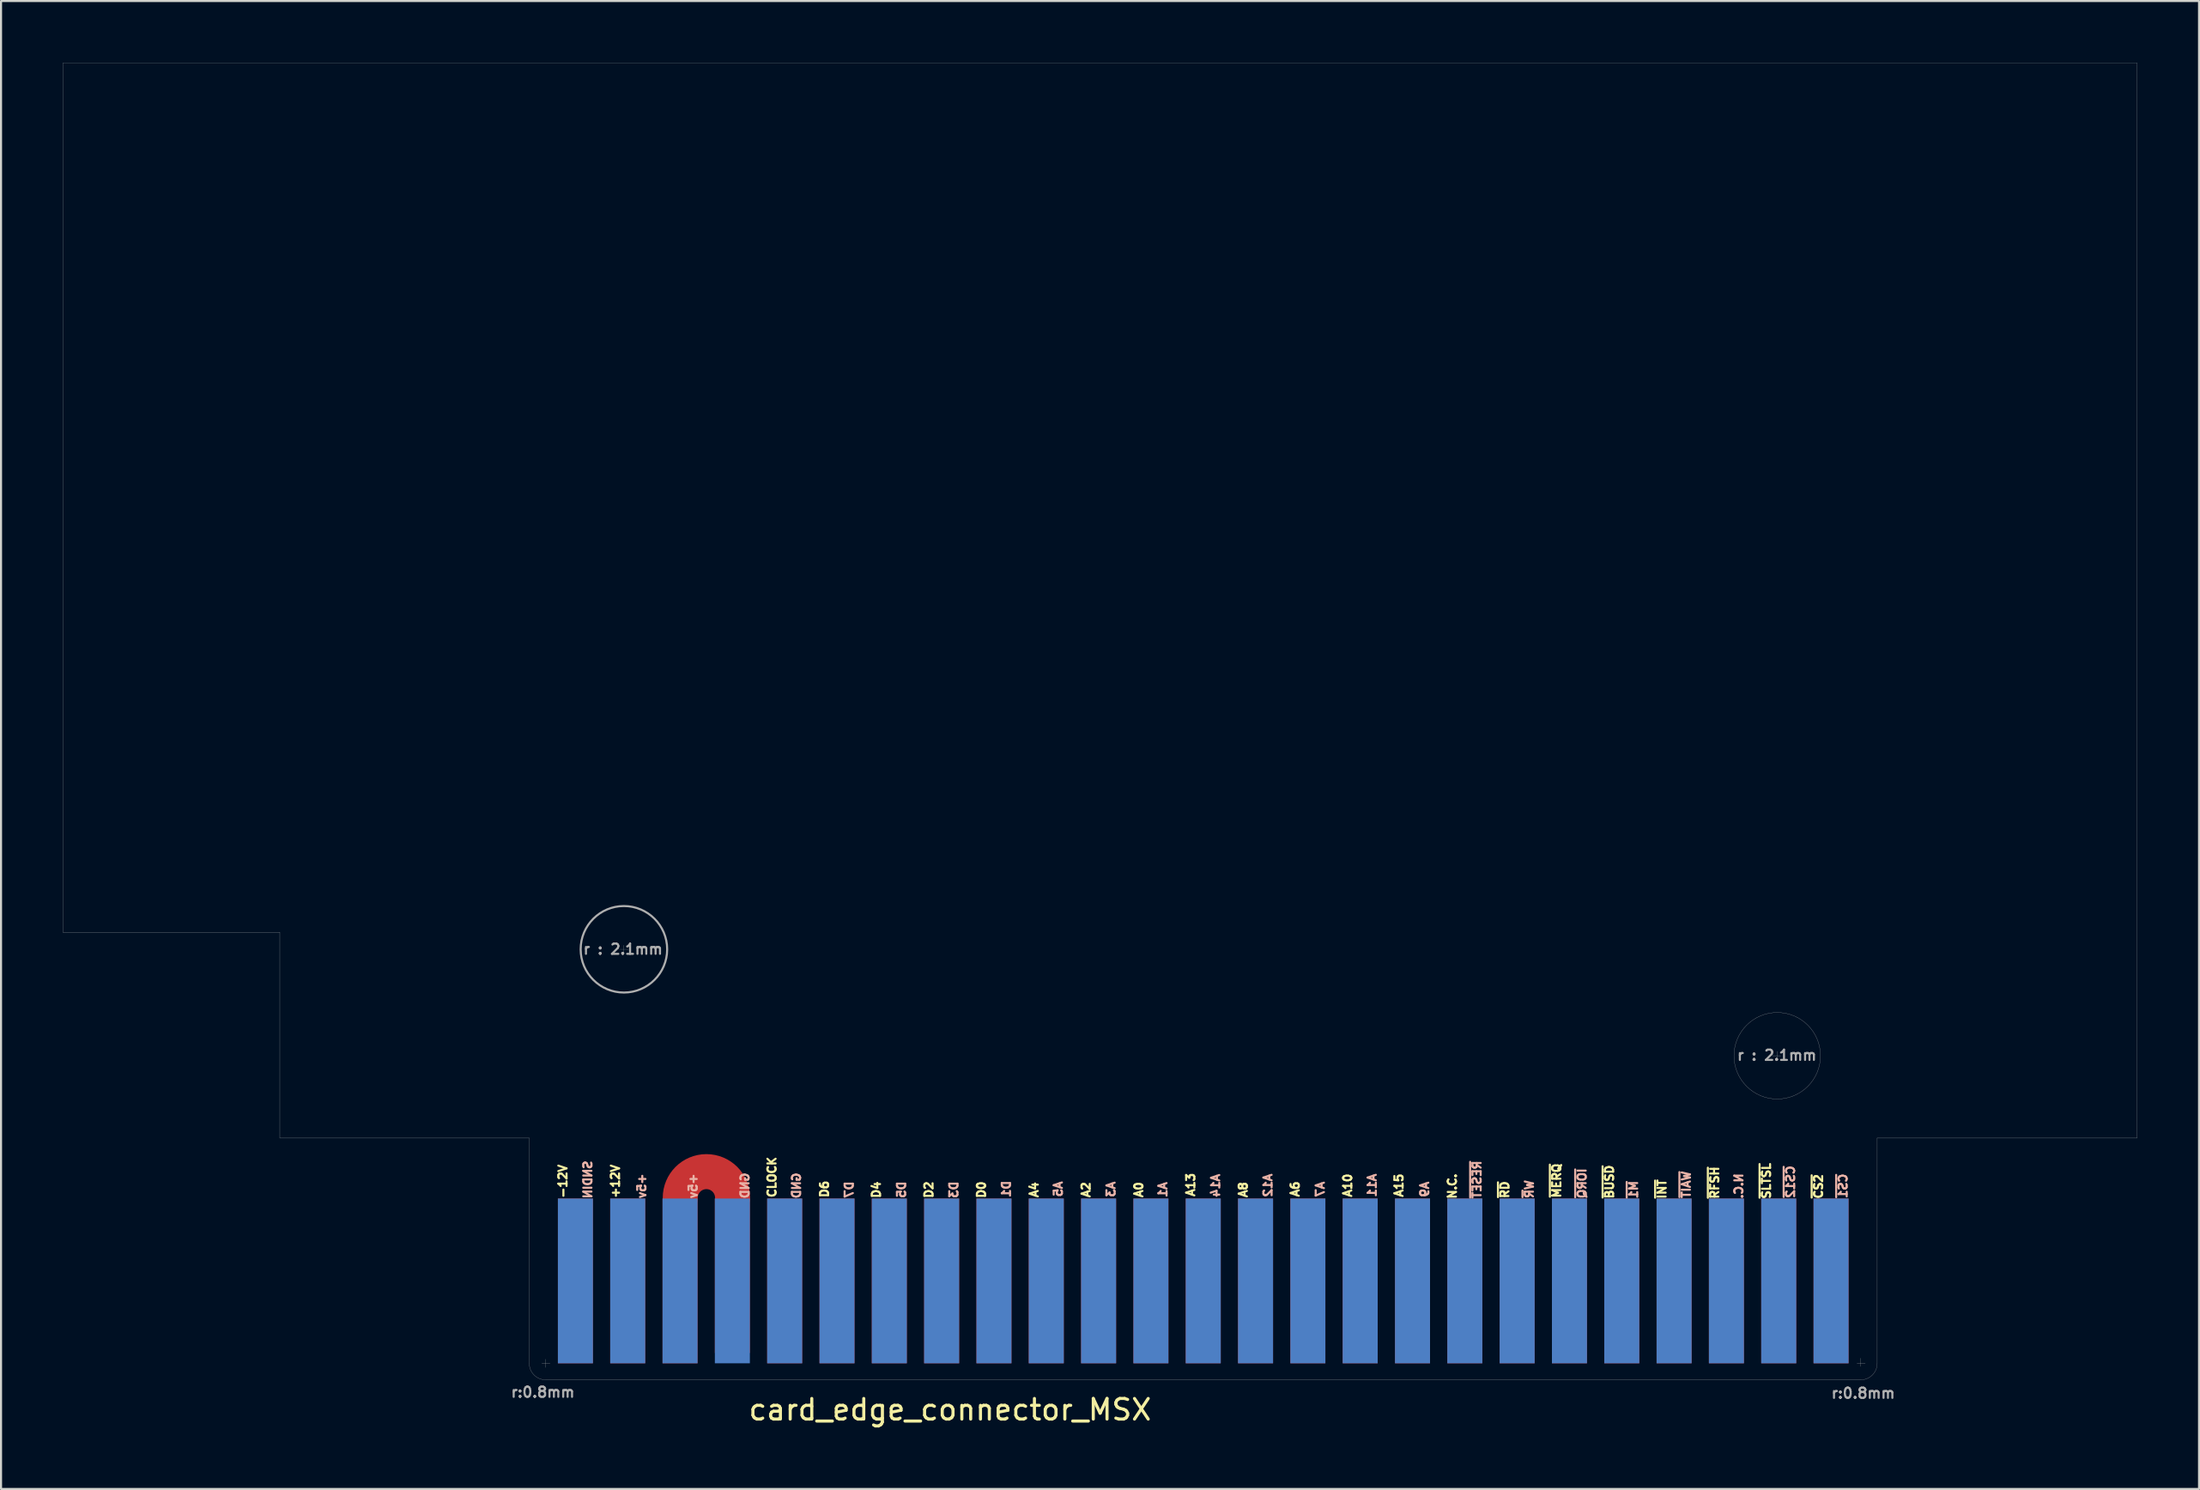
<source format=kicad_pcb>
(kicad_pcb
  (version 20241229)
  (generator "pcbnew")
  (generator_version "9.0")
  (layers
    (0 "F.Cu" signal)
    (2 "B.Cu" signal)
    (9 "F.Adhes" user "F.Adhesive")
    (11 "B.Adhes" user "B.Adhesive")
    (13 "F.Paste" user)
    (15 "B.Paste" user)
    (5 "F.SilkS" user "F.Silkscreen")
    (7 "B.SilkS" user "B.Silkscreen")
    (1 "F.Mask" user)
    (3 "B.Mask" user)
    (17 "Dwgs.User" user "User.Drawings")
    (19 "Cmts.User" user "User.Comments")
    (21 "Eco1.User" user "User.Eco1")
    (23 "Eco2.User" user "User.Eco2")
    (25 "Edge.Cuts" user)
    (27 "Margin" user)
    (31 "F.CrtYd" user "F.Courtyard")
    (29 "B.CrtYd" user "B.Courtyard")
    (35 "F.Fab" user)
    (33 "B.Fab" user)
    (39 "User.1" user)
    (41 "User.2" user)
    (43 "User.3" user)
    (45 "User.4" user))
  (footprint "card_edge_connector_MSX"
    (layer "F.Cu")
    (at 54.105 55.995)
    (property "Reference" "card_edge_connector_MSX" (at -11.03 9.4 0) (layer "F.SilkS") (effects (font (size 1 1) (thickness 0.15))))
    (attr through_hole)
    (fp_arc (start -24.13 -0.889) (mid -22.86 -2.159) (end -21.59 -0.889) (stroke (width 1.7) (type solid)) (layer "F.Cu"))
    (fp_line (start -54.1 -55.99) (end -54.1 -13.78) (stroke (width 0.01) (type solid)) (layer "F.Fab"))
    (fp_line (start -54.1 -13.78) (end -43.57 -13.78) (stroke (width 0.01) (type solid)) (layer "F.Fab"))
    (fp_line (start -43.57 -13.78) (end -43.57 -3.79) (stroke (width 0.01) (type solid)) (layer "F.Fab"))
    (fp_line (start -43.57 -3.79) (end -31.46 -3.79) (stroke (width 0.01) (type solid)) (layer "F.Fab"))
    (fp_line (start -31.46 -3.79) (end -31.46 7.15) (stroke (width 0.01) (type solid)) (layer "F.Fab"))
    (fp_line (start -30.66 6.95) (end -30.66 7.35) (stroke (width 0.01) (type solid)) (layer "F.Fab"))
    (fp_line (start -30.66 7.95) (end 33.18 7.95) (stroke (width 0.01) (type solid)) (layer "F.Fab"))
    (fp_line (start -30.45 7.15) (end -30.85 7.15) (stroke (width 0.01) (type solid)) (layer "F.Fab"))
    (fp_line (start -27.05 -12.954) (end -26.65 -12.954) (stroke (width 0.01) (type solid)) (layer "F.Fab"))
    (fp_line (start -26.865 -12.75) (end -26.865 -13.15) (stroke (width 0.01) (type solid)) (layer "F.Fab"))
    (fp_line (start 29.127 -7.6) (end 29.127 -8) (stroke (width 0.01) (type solid)) (layer "F.Fab"))
    (fp_line (start 29.3 -7.785) (end 28.9 -7.785) (stroke (width 0.01) (type solid)) (layer "F.Fab"))
    (fp_line (start 33.18 6.9) (end 33.18 7.3) (stroke (width 0.01) (type solid)) (layer "F.Fab"))
    (fp_line (start 33.4 7.15) (end 33 7.15) (stroke (width 0.01) (type solid)) (layer "F.Fab"))
    (fp_line (start 33.98 -3.79) (end 46.6 -3.79) (stroke (width 0.01) (type solid)) (layer "F.Fab"))
    (fp_line (start 33.98 7.15) (end 33.98 -3.79) (stroke (width 0.01) (type solid)) (layer "F.Fab"))
    (fp_line (start 46.6 -55.99) (end -54.1 -55.99) (stroke (width 0.01) (type solid)) (layer "F.Fab"))
    (fp_line (start 46.6 -3.79) (end 46.6 -55.99) (stroke (width 0.01) (type solid)) (layer "F.Fab"))
    (fp_arc (start -30.66 7.95) (mid -31.225685 7.715685) (end -31.46 7.15) (stroke (width 0.01) (type solid)) (layer "F.Fab"))
    (fp_arc (start 33.98 7.15) (mid 33.745685 7.715685) (end 33.18 7.95) (stroke (width 0.01) (type solid)) (layer "F.Fab"))
    (fp_circle (center -26.865 -12.954) (end -24.765 -12.954) (stroke (width 0.1) (type solid)) (fill no) (layer "F.Fab"))
    (fp_circle (center 29.127 -7.785) (end 31.227 -7.785) (stroke (width 0.01) (type solid)) (fill no) (layer "F.Fab"))
    (fp_text user "A10" (at 8.27 -1.49 90) (layer "F.SilkS") (effects (font (size 0.4 0.4) (thickness 0.1))))
    (fp_text user "A15" (at 10.76 -1.49 90) (layer "F.SilkS") (effects (font (size 0.4 0.4) (thickness 0.1))))
    (fp_text user "-12V" (at -29.83 -1.69 90) (layer "F.SilkS") (effects (font (size 0.4 0.4) (thickness 0.1))))
    (fp_text user "~{RFSH}" (at 26.09 -1.62 90) (layer "F.SilkS") (effects (font (size 0.4 0.4) (thickness 0.1))))
    (fp_text user "~{BUSD}" (at 20.98 -1.66 90) (layer "F.SilkS") (effects (font (size 0.4 0.4) (thickness 0.1))))
    (fp_text user "A2" (at -4.43 -1.28 90) (layer "F.SilkS") (effects (font (size 0.4 0.4) (thickness 0.1))))
    (fp_text user "~{MERQ}" (at 18.42 -1.72 90) (layer "F.SilkS") (effects (font (size 0.4 0.4) (thickness 0.1))))
    (fp_text user "~{INT}" (at 23.53 -1.31 90) (layer "F.SilkS") (effects (font (size 0.4 0.4) (thickness 0.1))))
    (fp_text user "A0" (at -1.87 -1.28 90) (layer "F.SilkS") (effects (font (size 0.4 0.4) (thickness 0.1))))
    (fp_text user "~{RD}" (at 15.9 -1.28 90) (layer "F.SilkS") (effects (font (size 0.4 0.4) (thickness 0.1))))
    (fp_text user "A13" (at 0.65 -1.52 90) (layer "F.SilkS") (effects (font (size 0.4 0.4) (thickness 0.1))))
    (fp_text user "N.C." (at 13.35 -1.45 90) (layer "F.SilkS") (effects (font (size 0.4 0.4) (thickness 0.1))))
    (fp_text user "A8" (at 3.2 -1.28 90) (layer "F.SilkS") (effects (font (size 0.4 0.4) (thickness 0.1))))
    (fp_text user "+12V" (at -27.28 -1.69 90) (layer "F.SilkS") (effects (font (size 0.4 0.4) (thickness 0.1))))
    (fp_text user "A4" (at -6.95 -1.28 90) (layer "F.SilkS") (effects (font (size 0.4 0.4) (thickness 0.1))))
    (fp_text user "CLOCK" (at -19.68 -1.89 90) (layer "F.SilkS") (effects (font (size 0.4 0.4) (thickness 0.1))))
    (fp_text user "D6" (at -17.13 -1.31 90) (layer "F.SilkS") (effects (font (size 0.4 0.4) (thickness 0.1))))
    (fp_text user "~{CS2}" (at 31.13 -1.44 90) (layer "F.SilkS") (effects (font (size 0.4 0.4) (thickness 0.1))))
    (fp_text user "D2" (at -12.06 -1.28 90) (layer "F.SilkS") (effects (font (size 0.4 0.4) (thickness 0.1))))
    (fp_text user "D4" (at -14.61 -1.28 90) (layer "F.SilkS") (effects (font (size 0.4 0.4) (thickness 0.1))))
    (fp_text user "~{SLTSL}" (at 28.6 -1.71 90) (layer "F.SilkS") (effects (font (size 0.4 0.4) (thickness 0.1))))
    (fp_text user "D0" (at -9.51 -1.28 90) (layer "F.SilkS") (effects (font (size 0.4 0.4) (thickness 0.1))))
    (fp_text user "A6" (at 5.72 -1.31 90) (layer "F.SilkS") (effects (font (size 0.4 0.4) (thickness 0.1))))
    (fp_text user "+5v" (at -23.51 -1.46 270) (layer "B.SilkS") (effects (font (size 0.4 0.4) (thickness 0.1)) (justify mirror)))
    (fp_text user "N.C." (at 27.26 -1.46 270) (layer "B.SilkS") (effects (font (size 0.4 0.4) (thickness 0.1)) (justify mirror)))
    (fp_text user "~{WAIT}" (at 24.71 -1.53 270) (layer "B.SilkS") (effects (font (size 0.4 0.4) (thickness 0.1)) (justify mirror)))
    (fp_text user "A3" (at -3.22 -1.3 270) (layer "B.SilkS") (effects (font (size 0.4 0.4) (thickness 0.1)) (justify mirror)))
    (fp_text user "A7" (at 6.94 -1.3 270) (layer "B.SilkS") (effects (font (size 0.4 0.4) (thickness 0.1)) (justify mirror)))
    (fp_text user "W~{R}" (at 17.09 -1.31 270) (layer "B.SilkS") (effects (font (size 0.4 0.4) (thickness 0.1)) (justify mirror)))
    (fp_text user "~{RESET}" (at 14.55 -1.77 270) (layer "B.SilkS") (effects (font (size 0.4 0.4) (thickness 0.1)) (justify mirror)))
    (fp_text user "A5" (at -5.78 -1.31 270) (layer "B.SilkS") (effects (font (size 0.4 0.4) (thickness 0.1)) (justify mirror)))
    (fp_text user "GND" (at -20.99 -1.48 270) (layer "B.SilkS") (effects (font (size 0.4 0.4) (thickness 0.1)) (justify mirror)))
    (fp_text user "+5v" (at -26 -1.46 270) (layer "B.SilkS") (effects (font (size 0.4 0.4) (thickness 0.1)) (justify mirror)))
    (fp_text user "~{M1}" (at 22.15 -1.28 270) (layer "B.SilkS") (effects (font (size 0.4 0.4) (thickness 0.1)) (justify mirror)))
    (fp_text user "A14" (at 1.86 -1.48 270) (layer "B.SilkS") (effects (font (size 0.4 0.4) (thickness 0.1)) (justify mirror)))
    (fp_text user "~{IORQ}" (at 19.65 -1.59 270) (layer "B.SilkS") (effects (font (size 0.4 0.4) (thickness 0.1)) (justify mirror)))
    (fp_text user "D7" (at -15.93 -1.28 270) (layer "B.SilkS") (effects (font (size 0.4 0.4) (thickness 0.1)) (justify mirror)))
    (fp_text user "A1" (at -0.7 -1.28 270) (layer "B.SilkS") (effects (font (size 0.4 0.4) (thickness 0.1)) (justify mirror)))
    (fp_text user "D3" (at -10.85 -1.28 270) (layer "B.SilkS") (effects (font (size 0.4 0.4) (thickness 0.1)) (justify mirror)))
    (fp_text user "~{CS12}" (at 29.77 -1.66 270) (layer "B.SilkS") (effects (font (size 0.4 0.4) (thickness 0.1)) (justify mirror)))
    (fp_text user "A9" (at 12.01 -1.3 270) (layer "B.SilkS") (effects (font (size 0.4 0.4) (thickness 0.1)) (justify mirror)))
    (fp_text user "A12" (at 4.4 -1.49 270) (layer "B.SilkS") (effects (font (size 0.4 0.4) (thickness 0.1)) (justify mirror)))
    (fp_text user "~{CS1}" (at 32.32 -1.46 270) (layer "B.SilkS") (effects (font (size 0.4 0.4) (thickness 0.1)) (justify mirror)))
    (fp_text user "GND" (at -18.49 -1.48 270) (layer "B.SilkS") (effects (font (size 0.4 0.4) (thickness 0.1)) (justify mirror)))
    (fp_text user "D1" (at -8.3 -1.31 270) (layer "B.SilkS") (effects (font (size 0.4 0.4) (thickness 0.1)) (justify mirror)))
    (fp_text user "A11" (at 9.46 -1.49 270) (layer "B.SilkS") (effects (font (size 0.4 0.4) (thickness 0.1)) (justify mirror)))
    (fp_text user "D5" (at -13.39 -1.28 270) (layer "B.SilkS") (effects (font (size 0.4 0.4) (thickness 0.1)) (justify mirror)))
    (fp_text user "SNDIN" (at -28.62 -1.77 270) (layer "B.SilkS") (effects (font (size 0.4 0.4) (thickness 0.1)) (justify mirror)))
    (fp_text user "r:0.8mm" (at -30.8 8.55 0) (layer "F.Fab") (effects (font (size 0.5 0.5) (thickness 0.1))))
    (fp_text user "r:0.8mm" (at 33.3 8.6 0) (layer "F.Fab") (effects (font (size 0.5 0.5) (thickness 0.1))))
    (fp_text user "r : 2.1mm" (at -26.91 -12.96 0) (layer "F.Fab") (effects (font (size 0.5 0.5) (thickness 0.1))))
    (fp_text user "r : 2.1mm" (at 29.11 -7.81 0) (layer "F.Fab") (effects (font (size 0.5 0.5) (thickness 0.1))))
    (pad "1" connect rect (at 31.74 3.147) (size 1.7 8) (layers "B.Cu" "B.Mask"))
    (pad "2" connect rect (at 31.74 3.147) (size 1.7 8) (layers "F.Cu" "F.Mask"))
    (pad "3" connect rect (at 29.2 3.147) (size 1.7 8) (layers "B.Cu" "B.Mask"))
    (pad "4" connect rect (at 29.2 3.147) (size 1.7 8) (layers "F.Cu" "F.Mask"))
    (pad "5" connect rect (at 26.66 3.147) (size 1.7 8) (layers "B.Cu" "B.Mask"))
    (pad "6" connect rect (at 26.66 3.147) (size 1.7 8) (layers "F.Cu" "F.Mask"))
    (pad "7" connect rect (at 24.12 3.147) (size 1.7 8) (layers "B.Cu" "B.Mask"))
    (pad "8" connect rect (at 24.12 3.147) (size 1.7 8) (layers "F.Cu" "F.Mask"))
    (pad "9" connect rect (at 21.58 3.147) (size 1.7 8) (layers "B.Cu" "B.Mask"))
    (pad "10" connect rect (at 21.58 3.147) (size 1.7 8) (layers "F.Cu" "F.Mask"))
    (pad "11" connect rect (at 19.04 3.147) (size 1.7 8) (layers "B.Cu" "B.Mask"))
    (pad "12" connect rect (at 19.04 3.147) (size 1.7 8) (layers "F.Cu" "F.Mask"))
    (pad "13" connect rect (at 16.5 3.147) (size 1.7 8) (layers "B.Cu" "B.Mask"))
    (pad "14" connect rect (at 16.5 3.147) (size 1.7 8) (layers "F.Cu" "F.Mask"))
    (pad "15" connect rect (at 13.96 3.147) (size 1.7 8) (layers "B.Cu" "B.Mask"))
    (pad "16" connect rect (at 13.96 3.147) (size 1.7 8) (layers "F.Cu" "F.Mask"))
    (pad "17" connect rect (at 11.42 3.147) (size 1.7 8) (layers "B.Cu" "B.Mask"))
    (pad "18" connect rect (at 11.42 3.147) (size 1.7 8) (layers "F.Cu" "F.Mask"))
    (pad "19" connect rect (at 8.88 3.147) (size 1.7 8) (layers "B.Cu" "B.Mask"))
    (pad "20" connect rect (at 8.88 3.147) (size 1.7 8) (layers "F.Cu" "F.Mask"))
    (pad "21" connect rect (at 6.34 3.147) (size 1.7 8) (layers "B.Cu" "B.Mask"))
    (pad "22" connect rect (at 6.34 3.147) (size 1.7 8) (layers "F.Cu" "F.Mask"))
    (pad "23" connect rect (at 3.8 3.147) (size 1.7 8) (layers "B.Cu" "B.Mask"))
    (pad "24" connect rect (at 3.8 3.147) (size 1.7 8) (layers "F.Cu" "F.Mask"))
    (pad "25" connect rect (at 1.26 3.147) (size 1.7 8) (layers "B.Cu" "B.Mask"))
    (pad "26" connect rect (at 1.26 3.147) (size 1.7 8) (layers "F.Cu" "F.Mask"))
    (pad "27" connect rect (at -1.28 3.147) (size 1.7 8) (layers "B.Cu" "B.Mask"))
    (pad "28" connect rect (at -1.28 3.147) (size 1.7 8) (layers "F.Cu" "F.Mask"))
    (pad "29" connect rect (at -3.82 3.147) (size 1.7 8) (layers "B.Cu" "B.Mask"))
    (pad "30" connect rect (at -3.82 3.147) (size 1.7 8) (layers "F.Cu" "F.Mask"))
    (pad "31" connect rect (at -6.36 3.147) (size 1.7 8) (layers "B.Cu" "B.Mask"))
    (pad "32" connect rect (at -6.36 3.147) (size 1.7 8) (layers "F.Cu" "F.Mask"))
    (pad "33" connect rect (at -8.9 3.147) (size 1.7 8) (layers "B.Cu" "B.Mask"))
    (pad "34" connect rect (at -8.9 3.147) (size 1.7 8) (layers "F.Cu" "F.Mask"))
    (pad "35" connect rect (at -11.44 3.147) (size 1.7 8) (layers "B.Cu" "B.Mask"))
    (pad "36" connect rect (at -11.44 3.147) (size 1.7 8) (layers "F.Cu" "F.Mask"))
    (pad "37" connect rect (at -13.98 3.147) (size 1.7 8) (layers "B.Cu" "B.Mask"))
    (pad "38" connect rect (at -13.98 3.147) (size 1.7 8) (layers "F.Cu" "F.Mask"))
    (pad "39" connect rect (at -16.52 3.147) (size 1.7 8) (layers "B.Cu" "B.Mask"))
    (pad "40" connect rect (at -16.52 3.147) (size 1.7 8) (layers "F.Cu" "F.Mask"))
    (pad "41" connect rect (at -19.06 3.147) (size 1.7 8) (layers "B.Cu" "B.Mask"))
    (pad "42" connect rect (at -19.06 3.147) (size 1.7 8) (layers "F.Cu" "F.Mask"))
    (pad "43" connect rect (at -21.6 3.147) (size 1.7 8) (layers "B.Cu" "B.Mask"))
    (pad "44" connect rect (at -21.6 2.898) (size 1.7 7.5) (layers "F.Cu" "F.Mask"))
    (pad "45" connect rect (at -24.14 3.147) (size 1.7 8) (layers "B.Cu" "B.Mask"))
    (pad "46" connect rect (at -24.14 3.147) (size 1.7 8) (layers "F.Cu" "F.Mask"))
    (pad "47" connect rect (at -26.68 3.147) (size 1.7 8) (layers "B.Cu" "B.Mask"))
    (pad "48" connect rect (at -26.68 3.147) (size 1.7 8) (layers "F.Cu" "F.Mask"))
    (pad "49" connect rect (at -29.22 3.147) (size 1.7 8) (layers "B.Cu" "B.Mask"))
    (pad "50" connect rect (at -29.22 3.147) (size 1.7 8) (layers "F.Cu" "F.Mask")))
  (gr_rect
    (start -3 -3)
    (end 103.71 69.243)
    (stroke (width 0.1) (type default))
    (fill no)
    (layer "Edge.Cuts")))
</source>
